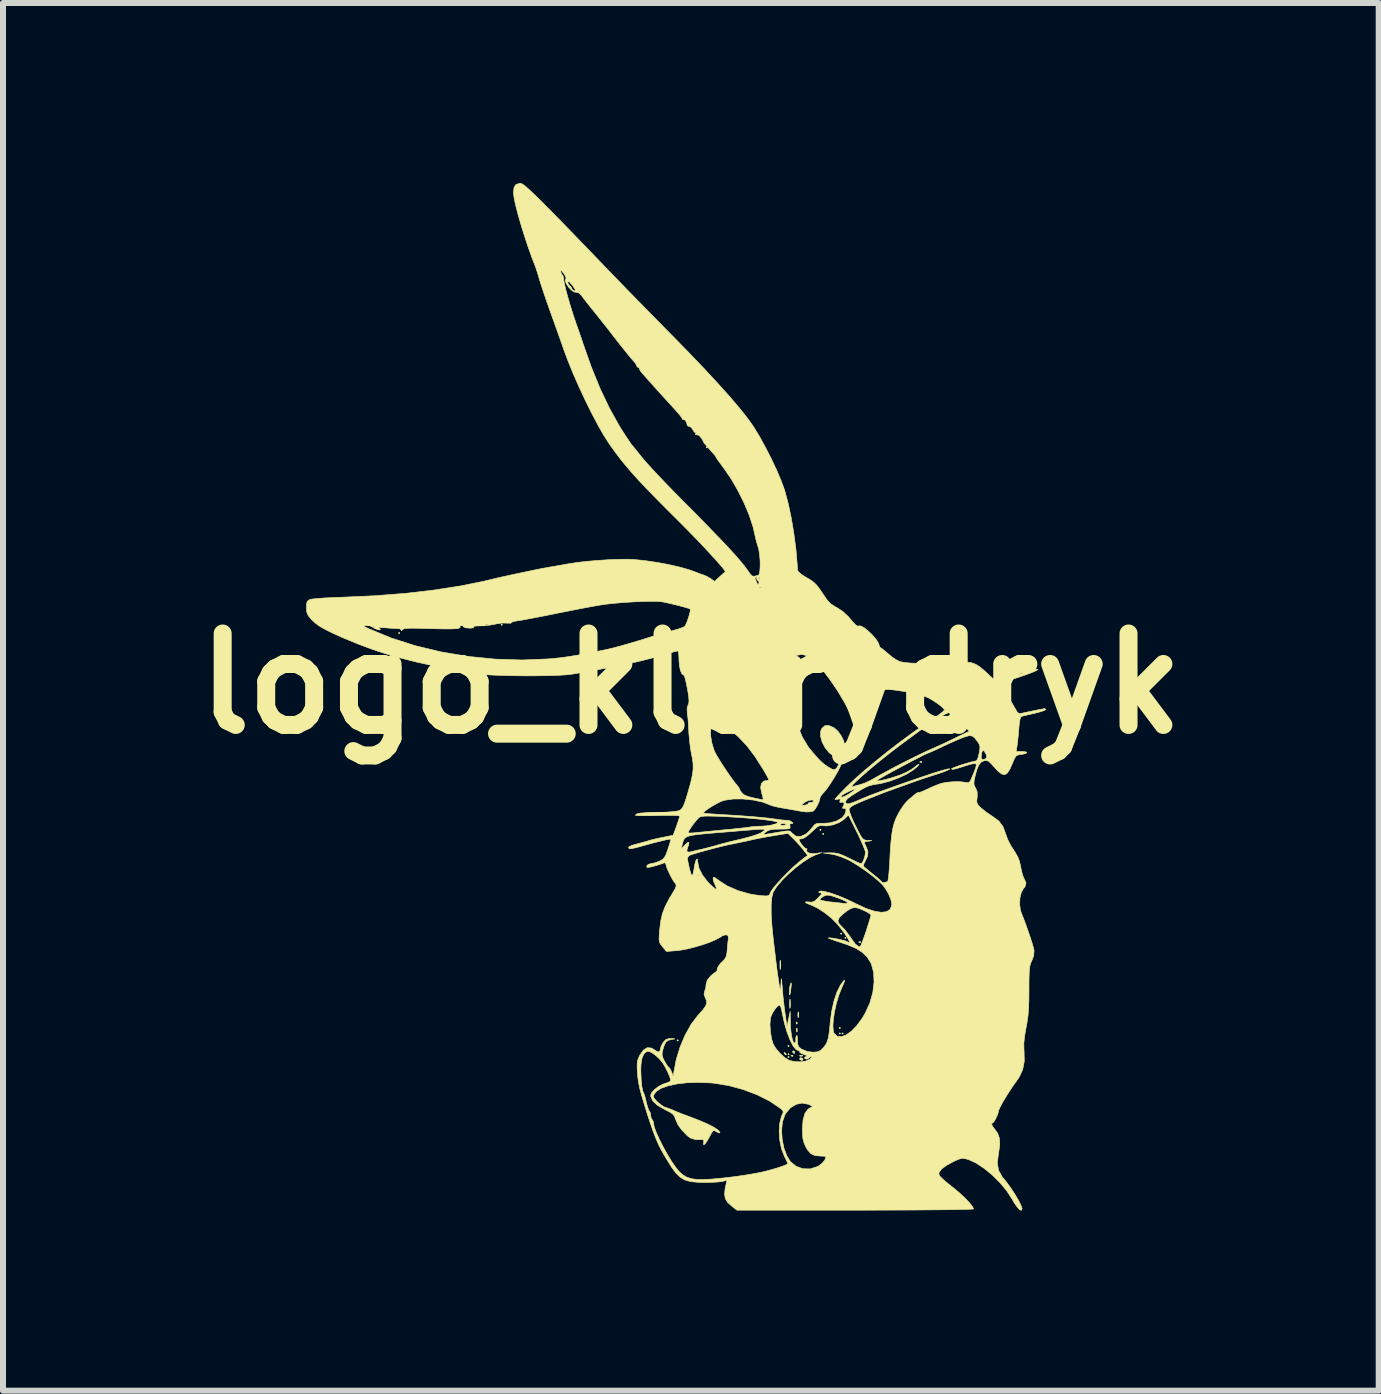
<source format=kicad_pcb>
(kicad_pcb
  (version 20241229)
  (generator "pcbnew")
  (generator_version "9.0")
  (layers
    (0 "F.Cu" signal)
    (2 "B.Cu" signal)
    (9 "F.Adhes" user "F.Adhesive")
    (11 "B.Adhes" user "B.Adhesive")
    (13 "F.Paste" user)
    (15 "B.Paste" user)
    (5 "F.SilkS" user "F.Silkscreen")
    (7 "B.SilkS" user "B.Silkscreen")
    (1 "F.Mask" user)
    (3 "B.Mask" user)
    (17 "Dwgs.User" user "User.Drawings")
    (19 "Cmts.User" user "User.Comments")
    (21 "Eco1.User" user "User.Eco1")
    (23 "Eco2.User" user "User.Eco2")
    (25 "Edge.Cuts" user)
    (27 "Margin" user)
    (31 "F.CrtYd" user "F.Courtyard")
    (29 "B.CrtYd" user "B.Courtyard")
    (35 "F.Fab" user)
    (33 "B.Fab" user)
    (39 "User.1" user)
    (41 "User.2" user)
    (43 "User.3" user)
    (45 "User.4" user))
  (footprint "logo_klorydryk"
    (layer "F.Cu")
    (at 8.462 8.341)
    (property "Reference" "logo_klorydryk" (at 0 0 0) (layer "F.SilkS") (effects (font (size 1.524 1.524) (thickness 0.3))))
    (attr through_hole)
    (fp_poly (pts (xy -4.849 -0.843) (xy -4.861 -0.831) (xy -4.872 -0.843) (xy -4.861 -0.854) (xy -4.849 -0.843)) (stroke (width 0.01) (type solid)) (fill yes) (layer "F.SilkS"))
    (fp_poly (pts (xy -3.14 -0.981) (xy -3.152 -0.97) (xy -3.163 -0.981) (xy -3.152 -0.993) (xy -3.14 -0.981)) (stroke (width 0.01) (type solid)) (fill yes) (layer "F.SilkS"))
    (fp_poly (pts (xy -0.208 5.946) (xy -0.219 5.957) (xy -0.231 5.946) (xy -0.219 5.934) (xy -0.208 5.946)) (stroke (width 0.01) (type solid)) (fill yes) (layer "F.SilkS"))
    (fp_poly (pts (xy 0.277 -3.937) (xy 0.266 -3.925) (xy 0.254 -3.937) (xy 0.266 -3.949) (xy 0.277 -3.937)) (stroke (width 0.01) (type solid)) (fill yes) (layer "F.SilkS"))
    (fp_poly (pts (xy 1.639 6.038) (xy 1.628 6.05) (xy 1.616 6.038) (xy 1.628 6.027) (xy 1.639 6.038)) (stroke (width 0.01) (type solid)) (fill yes) (layer "F.SilkS"))
    (fp_poly (pts (xy 1.639 6.177) (xy 1.628 6.188) (xy 1.616 6.177) (xy 1.628 6.165) (xy 1.639 6.177)) (stroke (width 0.01) (type solid)) (fill yes) (layer "F.SilkS"))
    (fp_poly (pts (xy 1.639 6.223) (xy 1.628 6.235) (xy 1.616 6.223) (xy 1.628 6.211) (xy 1.639 6.223)) (stroke (width 0.01) (type solid)) (fill yes) (layer "F.SilkS"))
    (fp_poly (pts (xy 2.171 2.436) (xy 2.159 2.448) (xy 2.147 2.436) (xy 2.159 2.425) (xy 2.171 2.436)) (stroke (width 0.01) (type solid)) (fill yes) (layer "F.SilkS"))
    (fp_poly (pts (xy 2.217 2.505) (xy 2.205 2.517) (xy 2.194 2.505) (xy 2.205 2.494) (xy 2.217 2.505)) (stroke (width 0.01) (type solid)) (fill yes) (layer "F.SilkS"))
    (fp_poly (pts (xy 2.494 5.738) (xy 2.482 5.75) (xy 2.471 5.738) (xy 2.482 5.727) (xy 2.494 5.738)) (stroke (width 0.01) (type solid)) (fill yes) (layer "F.SilkS"))
    (fp_poly (pts (xy 2.494 5.83) (xy 2.482 5.842) (xy 2.471 5.83) (xy 2.482 5.819) (xy 2.494 5.83)) (stroke (width 0.01) (type solid)) (fill yes) (layer "F.SilkS"))
    (fp_poly (pts (xy 2.517 4.168) (xy 2.505 4.179) (xy 2.494 4.168) (xy 2.505 4.156) (xy 2.517 4.168)) (stroke (width 0.01) (type solid)) (fill yes) (layer "F.SilkS"))
    (fp_poly (pts (xy 2.54 5.83) (xy 2.528 5.842) (xy 2.517 5.83) (xy 2.528 5.819) (xy 2.54 5.83)) (stroke (width 0.01) (type solid)) (fill yes) (layer "F.SilkS"))
    (fp_poly (pts (xy 2.586 4.237) (xy 2.575 4.249) (xy 2.563 4.237) (xy 2.575 4.226) (xy 2.586 4.237)) (stroke (width 0.01) (type solid)) (fill yes) (layer "F.SilkS"))
    (fp_poly (pts (xy 1.701 6.196) (xy 1.698 6.21) (xy 1.686 6.211) (xy 1.667 6.203) (xy 1.67 6.196) (xy 1.698 6.193) (xy 1.701 6.196)) (stroke (width 0.01) (type solid)) (fill yes) (layer "F.SilkS"))
    (fp_poly (pts (xy 1.77 5.744) (xy 1.773 5.791) (xy 1.77 5.802) (xy 1.762 5.804) (xy 1.759 5.773) (xy 1.762 5.74) (xy 1.77 5.744)) (stroke (width 0.01) (type solid)) (fill yes) (layer "F.SilkS"))
    (fp_poly (pts (xy 1.77 5.642) (xy 1.773 5.669) (xy 1.77 5.673) (xy 1.757 5.669) (xy 1.755 5.657) (xy 1.763 5.638) (xy 1.77 5.642)) (stroke (width 0.01) (type solid)) (fill yes) (layer "F.SilkS"))
    (fp_poly (pts (xy 1.864 6.198) (xy 1.857 6.208) (xy 1.834 6.21) (xy 1.809 6.204) (xy 1.82 6.196) (xy 1.856 6.193) (xy 1.864 6.198)) (stroke (width 0.01) (type solid)) (fill yes) (layer "F.SilkS"))
    (fp_poly (pts (xy 2.832 4.303) (xy 2.829 4.316) (xy 2.817 4.318) (xy 2.798 4.31) (xy 2.802 4.303) (xy 2.829 4.3) (xy 2.832 4.303)) (stroke (width 0.01) (type solid)) (fill yes) (layer "F.SilkS"))
    (fp_poly (pts (xy 3.848 1.301) (xy 3.845 1.315) (xy 3.833 1.316) (xy 3.814 1.308) (xy 3.818 1.301) (xy 3.845 1.298) (xy 3.848 1.301)) (stroke (width 0.01) (type solid)) (fill yes) (layer "F.SilkS"))
    (fp_poly (pts (xy 1.567 6.152) (xy 1.591 6.175) (xy 1.586 6.188) (xy 1.583 6.188) (xy 1.564 6.172) (xy 1.556 6.162) (xy 1.554 6.146) (xy 1.567 6.152)) (stroke (width 0.01) (type solid)) (fill yes) (layer "F.SilkS"))
    (fp_poly (pts (xy 1.494 4.624) (xy 1.498 4.699) (xy 1.494 4.751) (xy 1.489 4.765) (xy 1.486 4.739) (xy 1.485 4.687) (xy 1.486 4.63) (xy 1.49 4.609) (xy 1.494 4.624)) (stroke (width 0.01) (type solid)) (fill yes) (layer "F.SilkS"))
    (fp_poly (pts (xy 1.656 5.271) (xy 1.66 5.345) (xy 1.656 5.397) (xy 1.651 5.412) (xy 1.647 5.386) (xy 1.646 5.334) (xy 1.648 5.277) (xy 1.652 5.256) (xy 1.656 5.271)) (stroke (width 0.01) (type solid)) (fill yes) (layer "F.SilkS"))
    (fp_poly (pts (xy 1.731 6.136) (xy 1.732 6.142) (xy 1.724 6.165) (xy 1.722 6.165) (xy 1.702 6.149) (xy 1.697 6.142) (xy 1.699 6.121) (xy 1.707 6.119) (xy 1.731 6.136)) (stroke (width 0.01) (type solid)) (fill yes) (layer "F.SilkS"))
    (fp_poly (pts (xy 1.794 5.478) (xy 1.798 5.537) (xy 1.794 5.559) (xy 1.787 5.566) (xy 1.784 5.534) (xy 1.783 5.519) (xy 1.786 5.477) (xy 1.792 5.472) (xy 1.794 5.478)) (stroke (width 0.01) (type solid)) (fill yes) (layer "F.SilkS"))
    (fp_poly (pts (xy 1.866 6.247) (xy 1.87 6.258) (xy 1.854 6.28) (xy 1.849 6.281) (xy 1.817 6.264) (xy 1.813 6.258) (xy 1.818 6.238) (xy 1.834 6.235) (xy 1.866 6.247)) (stroke (width 0.01) (type solid)) (fill yes) (layer "F.SilkS"))
    (fp_poly (pts (xy 1.674 5.021) (xy 1.669 5.068) (xy 1.659 5.147) (xy 1.649 5.187) (xy 1.643 5.187) (xy 1.641 5.144) (xy 1.641 5.124) (xy 1.648 5.055) (xy 1.663 4.999) (xy 1.663 4.999) (xy 1.673 4.988) (xy 1.674 5.021)) (stroke (width 0.01) (type solid)) (fill yes) (layer "F.SilkS"))
    (fp_poly (pts (xy -2.823 -8.332) (xy -2.799 -8.319) (xy -2.766 -8.294) (xy -2.722 -8.257) (xy -2.666 -8.206) (xy -2.594 -8.137) (xy -2.505 -8.05) (xy -2.398 -7.943) (xy -2.271 -7.814) (xy -2.121 -7.66) (xy -1.947 -7.481) (xy -1.747 -7.274) (xy -1.519 -7.037) (xy -1.261 -6.769) (xy -1.235 -6.743) (xy -1.155 -6.66) (xy -1.048 -6.55) (xy -0.92 -6.419) (xy -0.776 -6.272) (xy -0.622 -6.115) (xy -0.464 -5.954) (xy -0.306 -5.794) (xy -0.297 -5.785) (xy -0.018 -5.499) (xy 0.234 -5.235) (xy 0.456 -4.995) (xy 0.649 -4.78) (xy 0.811 -4.59) (xy 0.94 -4.428) (xy 1.035 -4.295) (xy 1.043 -4.283) (xy 1.141 -4.123) (xy 1.241 -3.941) (xy 1.339 -3.75) (xy 1.428 -3.561) (xy 1.503 -3.385) (xy 1.559 -3.233) (xy 1.566 -3.21) (xy 1.623 -2.998) (xy 1.674 -2.756) (xy 1.717 -2.497) (xy 1.751 -2.237) (xy 1.772 -1.99) (xy 1.777 -1.89) (xy 1.797 -1.859) (xy 1.848 -1.816) (xy 1.908 -1.778) (xy 1.99 -1.73) (xy 2.049 -1.687) (xy 2.099 -1.638) (xy 2.149 -1.572) (xy 2.212 -1.478) (xy 2.274 -1.389) (xy 2.333 -1.328) (xy 2.4 -1.284) (xy 2.427 -1.27) (xy 2.531 -1.203) (xy 2.628 -1.112) (xy 2.64 -1.097) (xy 2.704 -1.022) (xy 2.746 -0.978) (xy 2.774 -0.959) (xy 2.794 -0.959) (xy 2.8 -0.962) (xy 2.836 -0.959) (xy 2.891 -0.928) (xy 2.955 -0.876) (xy 3.021 -0.813) (xy 3.08 -0.746) (xy 3.122 -0.683) (xy 3.14 -0.634) (xy 3.14 -0.632) (xy 3.151 -0.603) (xy 3.158 -0.6) (xy 3.182 -0.585) (xy 3.23 -0.547) (xy 3.287 -0.497) (xy 3.36 -0.438) (xy 3.435 -0.389) (xy 3.483 -0.366) (xy 3.56 -0.351) (xy 3.678 -0.341) (xy 3.832 -0.337) (xy 4.019 -0.339) (xy 4.232 -0.347) (xy 4.336 -0.352) (xy 4.481 -0.359) (xy 4.59 -0.359) (xy 4.675 -0.348) (xy 4.746 -0.322) (xy 4.814 -0.28) (xy 4.889 -0.217) (xy 4.948 -0.163) (xy 5.101 -0.019) (xy 5.247 -0.077) (xy 5.35 -0.115) (xy 5.463 -0.153) (xy 5.53 -0.174) (xy 5.613 -0.198) (xy 5.684 -0.22) (xy 5.72 -0.233) (xy 5.763 -0.241) (xy 5.782 -0.234) (xy 5.766 -0.221) (xy 5.713 -0.197) (xy 5.632 -0.165) (xy 5.529 -0.128) (xy 5.5 -0.119) (xy 5.389 -0.081) (xy 5.292 -0.047) (xy 5.219 -0.02) (xy 5.179 -0.004) (xy 5.176 -0.002) (xy 5.166 0.017) (xy 5.177 0.053) (xy 5.214 0.114) (xy 5.248 0.164) (xy 5.306 0.252) (xy 5.361 0.34) (xy 5.4 0.409) (xy 5.401 0.41) (xy 5.436 0.471) (xy 5.466 0.497) (xy 5.502 0.497) (xy 5.502 0.497) (xy 5.555 0.485) (xy 5.631 0.469) (xy 5.715 0.452) (xy 5.796 0.435) (xy 5.862 0.423) (xy 5.898 0.416) (xy 5.901 0.416) (xy 5.911 0.433) (xy 5.911 0.435) (xy 5.89 0.448) (xy 5.835 0.467) (xy 5.756 0.488) (xy 5.732 0.494) (xy 5.643 0.515) (xy 5.568 0.532) (xy 5.521 0.544) (xy 5.516 0.545) (xy 5.497 0.561) (xy 5.483 0.601) (xy 5.472 0.673) (xy 5.465 0.757) (xy 5.456 0.861) (xy 5.446 0.958) (xy 5.437 1.032) (xy 5.435 1.045) (xy 5.42 1.131) (xy 5.52 1.131) (xy 5.581 1.137) (xy 5.599 1.15) (xy 5.578 1.166) (xy 5.52 1.179) (xy 5.496 1.182) (xy 5.448 1.19) (xy 5.416 1.211) (xy 5.389 1.257) (xy 5.366 1.313) (xy 5.318 1.422) (xy 5.276 1.49) (xy 5.231 1.519) (xy 5.18 1.507) (xy 5.116 1.457) (xy 5.034 1.368) (xy 5.005 1.335) (xy 4.959 1.291) (xy 4.91 1.282) (xy 4.889 1.285) (xy 4.839 1.307) (xy 4.8 1.354) (xy 4.766 1.433) (xy 4.735 1.549) (xy 4.719 1.627) (xy 4.717 1.676) (xy 4.73 1.715) (xy 4.745 1.74) (xy 4.771 1.801) (xy 4.773 1.876) (xy 4.77 1.901) (xy 4.764 1.963) (xy 4.773 2.004) (xy 4.805 2.044) (xy 4.845 2.08) (xy 4.922 2.142) (xy 5.007 2.2) (xy 5.033 2.217) (xy 5.133 2.291) (xy 5.201 2.382) (xy 5.246 2.503) (xy 5.248 2.509) (xy 5.28 2.598) (xy 5.327 2.691) (xy 5.346 2.722) (xy 5.407 2.816) (xy 5.448 2.888) (xy 5.474 2.956) (xy 5.493 3.033) (xy 5.501 3.077) (xy 5.519 3.159) (xy 5.541 3.226) (xy 5.557 3.258) (xy 5.586 3.32) (xy 5.569 3.384) (xy 5.543 3.416) (xy 5.506 3.48) (xy 5.484 3.571) (xy 5.479 3.674) (xy 5.491 3.773) (xy 5.507 3.822) (xy 5.54 3.904) (xy 5.579 4.008) (xy 5.619 4.122) (xy 5.658 4.236) (xy 5.69 4.337) (xy 5.712 4.414) (xy 5.719 4.447) (xy 5.713 4.536) (xy 5.683 4.614) (xy 5.665 4.653) (xy 5.652 4.695) (xy 5.643 4.748) (xy 5.638 4.82) (xy 5.635 4.919) (xy 5.634 5.054) (xy 5.634 5.104) (xy 5.633 5.279) (xy 5.627 5.419) (xy 5.618 5.538) (xy 5.602 5.649) (xy 5.586 5.734) (xy 5.56 5.878) (xy 5.549 5.996) (xy 5.551 6.105) (xy 5.553 6.132) (xy 5.556 6.295) (xy 5.529 6.434) (xy 5.47 6.56) (xy 5.43 6.618) (xy 5.372 6.699) (xy 5.31 6.792) (xy 5.249 6.889) (xy 5.195 6.98) (xy 5.153 7.057) (xy 5.13 7.109) (xy 5.126 7.124) (xy 5.117 7.167) (xy 5.094 7.223) (xy 5.065 7.278) (xy 5.04 7.314) (xy 5.03 7.32) (xy 5.011 7.334) (xy 5.023 7.371) (xy 5.059 7.419) (xy 5.113 7.493) (xy 5.142 7.577) (xy 5.147 7.682) (xy 5.129 7.817) (xy 5.123 7.85) (xy 5.107 7.993) (xy 5.128 8.113) (xy 5.186 8.217) (xy 5.204 8.239) (xy 5.27 8.32) (xy 5.338 8.415) (xy 5.403 8.515) (xy 5.459 8.609) (xy 5.499 8.689) (xy 5.518 8.744) (xy 5.519 8.752) (xy 5.509 8.778) (xy 5.481 8.768) (xy 5.441 8.726) (xy 5.392 8.657) (xy 5.353 8.59) (xy 5.265 8.454) (xy 5.152 8.318) (xy 5.023 8.189) (xy 4.886 8.077) (xy 4.751 7.988) (xy 4.628 7.932) (xy 4.62 7.93) (xy 4.561 7.914) (xy 4.515 7.912) (xy 4.465 7.925) (xy 4.395 7.956) (xy 4.376 7.965) (xy 4.26 8.028) (xy 4.179 8.088) (xy 4.138 8.143) (xy 4.133 8.164) (xy 4.138 8.187) (xy 4.157 8.216) (xy 4.195 8.254) (xy 4.258 8.308) (xy 4.35 8.383) (xy 4.395 8.418) (xy 4.483 8.493) (xy 4.567 8.571) (xy 4.637 8.645) (xy 4.687 8.707) (xy 4.71 8.749) (xy 4.711 8.754) (xy 4.688 8.757) (xy 4.622 8.76) (xy 4.514 8.763) (xy 4.368 8.766) (xy 4.186 8.768) (xy 3.971 8.77) (xy 3.725 8.772) (xy 3.45 8.773) (xy 3.15 8.774) (xy 2.826 8.775) (xy 2.74 8.775) (xy 0.769 8.775) (xy 0.686 8.711) (xy 0.616 8.648) (xy 0.575 8.584) (xy 0.562 8.507) (xy 0.572 8.407) (xy 0.591 8.324) (xy 0.599 8.282) (xy 0.586 8.274) (xy 0.559 8.287) (xy 0.516 8.298) (xy 0.439 8.306) (xy 0.338 8.311) (xy 0.255 8.313) (xy 0.109 8.31) (xy -0.005 8.298) (xy -0.098 8.272) (xy -0.176 8.227) (xy -0.248 8.157) (xy -0.322 8.057) (xy -0.405 7.923) (xy -0.432 7.878) (xy -0.488 7.78) (xy -0.536 7.686) (xy -0.58 7.586) (xy -0.625 7.47) (xy -0.674 7.329) (xy -0.726 7.17) (xy -0.78 6.997) (xy -0.821 6.859) (xy -0.851 6.747) (xy -0.87 6.653) (xy -0.883 6.567) (xy -0.889 6.5) (xy -0.892 6.446) (xy -0.834 6.446) (xy -0.828 6.596) (xy -0.817 6.714) (xy -0.799 6.795) (xy -0.786 6.823) (xy -0.772 6.857) (xy -0.755 6.921) (xy -0.741 6.979) (xy -0.722 7.052) (xy -0.703 7.106) (xy -0.691 7.125) (xy -0.674 7.156) (xy -0.67 7.193) (xy -0.661 7.241) (xy -0.647 7.262) (xy -0.628 7.294) (xy -0.623 7.324) (xy -0.611 7.386) (xy -0.578 7.477) (xy -0.528 7.587) (xy -0.467 7.709) (xy -0.399 7.833) (xy -0.329 7.949) (xy -0.261 8.049) (xy -0.202 8.124) (xy -0.192 8.134) (xy -0.135 8.185) (xy -0.073 8.223) (xy -0.00003 8.248) (xy 0.09 8.262) (xy 0.205 8.264) (xy 0.35 8.257) (xy 0.531 8.24) (xy 0.612 8.231) (xy 0.754 8.213) (xy 0.904 8.191) (xy 1.042 8.168) (xy 1.153 8.147) (xy 1.155 8.147) (xy 1.265 8.121) (xy 1.374 8.091) (xy 1.473 8.061) (xy 1.552 8.033) (xy 1.603 8.011) (xy 1.616 7.999) (xy 1.607 7.974) (xy 1.582 7.922) (xy 1.56 7.879) (xy 1.512 7.756) (xy 1.482 7.613) (xy 1.472 7.466) (xy 1.473 7.446) (xy 1.512 7.446) (xy 1.522 7.597) (xy 1.552 7.745) (xy 1.602 7.876) (xy 1.659 7.966) (xy 1.753 8.043) (xy 1.866 8.084) (xy 1.988 8.087) (xy 2.109 8.049) (xy 2.138 8.033) (xy 2.194 7.987) (xy 2.234 7.935) (xy 2.235 7.932) (xy 2.25 7.895) (xy 2.24 7.878) (xy 2.197 7.874) (xy 2.172 7.874) (xy 2.07 7.865) (xy 1.998 7.832) (xy 1.942 7.767) (xy 1.916 7.721) (xy 1.885 7.65) (xy 1.867 7.58) (xy 1.86 7.492) (xy 1.859 7.424) (xy 1.87 7.271) (xy 1.902 7.16) (xy 1.955 7.089) (xy 1.993 7.067) (xy 2.022 7.053) (xy 2.018 7.04) (xy 1.978 7.019) (xy 1.96 7.011) (xy 1.857 6.99) (xy 1.754 7.011) (xy 1.659 7.069) (xy 1.581 7.161) (xy 1.565 7.191) (xy 1.526 7.306) (xy 1.512 7.446) (xy 1.473 7.446) (xy 1.481 7.327) (xy 1.51 7.211) (xy 1.525 7.18) (xy 1.54 7.14) (xy 1.527 7.108) (xy 1.492 7.078) (xy 1.315 6.958) (xy 1.104 6.852) (xy 0.871 6.764) (xy 0.628 6.698) (xy 0.387 6.659) (xy 0.332 6.654) (xy 0.13 6.646) (xy -0.059 6.651) (xy -0.228 6.67) (xy -0.373 6.701) (xy -0.49 6.742) (xy -0.572 6.792) (xy -0.617 6.851) (xy -0.623 6.885) (xy -0.606 6.919) (xy -0.563 6.965) (xy -0.507 7.012) (xy -0.453 7.05) (xy -0.413 7.066) (xy -0.412 7.066) (xy -0.381 7.075) (xy -0.324 7.097) (xy -0.294 7.11) (xy -0.221 7.141) (xy -0.125 7.179) (xy -0.035 7.212) (xy 0.128 7.274) (xy 0.266 7.333) (xy 0.374 7.388) (xy 0.448 7.435) (xy 0.483 7.474) (xy 0.485 7.484) (xy 0.469 7.488) (xy 0.43 7.469) (xy 0.428 7.469) (xy 0.396 7.45) (xy 0.372 7.451) (xy 0.349 7.479) (xy 0.316 7.542) (xy 0.313 7.547) (xy 0.273 7.619) (xy 0.239 7.667) (xy 0.217 7.686) (xy 0.209 7.672) (xy 0.214 7.646) (xy 0.216 7.607) (xy 0.189 7.598) (xy 0.189 7.598) (xy 0.077 7.599) (xy -0.007 7.573) (xy -0.061 7.533) (xy -0.153 7.436) (xy -0.214 7.352) (xy -0.251 7.27) (xy -0.255 7.258) (xy -0.273 7.21) (xy -0.302 7.173) (xy -0.351 7.14) (xy -0.431 7.099) (xy -0.44 7.094) (xy -0.558 7.026) (xy -0.634 6.954) (xy -0.668 6.88) (xy -0.67 6.861) (xy -0.651 6.815) (xy -0.602 6.762) (xy -0.536 6.712) (xy -0.466 6.676) (xy -0.458 6.673) (xy -0.393 6.651) (xy -0.349 6.632) (xy -0.34 6.627) (xy -0.338 6.598) (xy -0.356 6.54) (xy -0.39 6.463) (xy -0.434 6.378) (xy -0.466 6.325) (xy -0.516 6.261) (xy -0.58 6.201) (xy -0.645 6.153) (xy -0.7 6.128) (xy -0.727 6.127) (xy -0.78 6.167) (xy -0.814 6.24) (xy -0.831 6.35) (xy -0.834 6.446) (xy -0.892 6.446) (xy -0.895 6.397) (xy -0.894 6.326) (xy -0.885 6.273) (xy -0.865 6.223) (xy -0.849 6.19) (xy -0.789 6.106) (xy -0.725 6.067) (xy -0.656 6.073) (xy -0.614 6.098) (xy -0.555 6.136) (xy -0.52 6.135) (xy -0.508 6.095) (xy -0.508 6.094) (xy -0.495 6.042) (xy -0.463 5.983) (xy -0.46 5.978) (xy -0.416 5.931) (xy -0.364 5.915) (xy -0.327 5.915) (xy -0.276 5.917) (xy -0.268 5.921) (xy -0.302 5.927) (xy -0.312 5.928) (xy -0.376 5.944) (xy -0.417 5.975) (xy -0.446 6.033) (xy -0.463 6.088) (xy -0.479 6.156) (xy -0.477 6.205) (xy -0.456 6.26) (xy -0.437 6.295) (xy -0.403 6.353) (xy -0.375 6.39) (xy -0.366 6.396) (xy -0.349 6.415) (xy -0.325 6.462) (xy -0.321 6.471) (xy -0.292 6.546) (xy -0.284 6.477) (xy -0.244 6.267) (xy -0.179 6.055) (xy -0.094 5.854) (xy 0.004 5.68) (xy 1.318 5.68) (xy 1.326 5.801) (xy 1.345 5.919) (xy 1.371 6.005) (xy 1.416 6.079) (xy 1.484 6.159) (xy 1.562 6.23) (xy 1.633 6.275) (xy 1.639 6.278) (xy 1.727 6.299) (xy 1.824 6.303) (xy 1.915 6.29) (xy 1.98 6.262) (xy 1.986 6.258) (xy 2.015 6.226) (xy 2.015 6.212) (xy 2.014 6.211) (xy 1.979 6.228) (xy 1.974 6.235) (xy 1.941 6.256) (xy 1.927 6.258) (xy 1.897 6.246) (xy 1.899 6.224) (xy 1.932 6.21) (xy 1.934 6.21) (xy 1.94 6.203) (xy 1.909 6.189) (xy 1.886 6.181) (xy 1.835 6.16) (xy 1.813 6.141) (xy 1.814 6.136) (xy 1.813 6.121) (xy 1.799 6.119) (xy 1.752 6.097) (xy 1.702 6.035) (xy 1.652 5.937) (xy 1.604 5.811) (xy 1.56 5.661) (xy 1.523 5.492) (xy 1.514 5.444) (xy 1.499 5.388) (xy 1.483 5.359) (xy 1.479 5.357) (xy 1.445 5.376) (xy 1.403 5.424) (xy 1.362 5.488) (xy 1.333 5.553) (xy 1.326 5.58) (xy 1.318 5.68) (xy 0.004 5.68) (xy 0.007 5.674) (xy 0.118 5.528) (xy 0.126 5.52) (xy 0.201 5.437) (xy 0.245 5.375) (xy 0.264 5.326) (xy 0.259 5.28) (xy 0.242 5.24) (xy 0.22 5.177) (xy 0.23 5.127) (xy 0.248 5.071) (xy 0.254 5.013) (xy 0.272 4.944) (xy 0.329 4.874) (xy 0.329 4.873) (xy 0.378 4.831) (xy 0.414 4.806) (xy 0.421 4.803) (xy 0.436 4.784) (xy 0.439 4.757) (xy 0.455 4.715) (xy 0.496 4.661) (xy 0.518 4.64) (xy 0.563 4.593) (xy 0.589 4.547) (xy 0.602 4.484) (xy 0.607 4.426) (xy 0.614 4.342) (xy 0.622 4.272) (xy 0.626 4.238) (xy 0.619 4.198) (xy 0.584 4.185) (xy 0.529 4.201) (xy 0.49 4.226) (xy 0.418 4.266) (xy 0.313 4.311) (xy 0.187 4.355) (xy 0.052 4.394) (xy -0.079 4.426) (xy -0.195 4.446) (xy -0.232 4.45) (xy -0.407 4.463) (xy -0.472 4.385) (xy -0.503 4.345) (xy -0.522 4.31) (xy -0.529 4.265) (xy -0.527 4.199) (xy -0.521 4.116) (xy -0.503 3.964) (xy -0.474 3.835) (xy -0.474 3.834) (xy 1.339 3.834) (xy 1.349 4.009) (xy 1.36 4.133) (xy 1.381 4.321) (xy 1.403 4.502) (xy 1.423 4.67) (xy 1.442 4.817) (xy 1.459 4.936) (xy 1.472 5.02) (xy 1.476 5.045) (xy 1.487 5.094) (xy 1.493 5.109) (xy 1.497 5.085) (xy 1.501 5.019) (xy 1.502 4.999) (xy 1.505 4.941) (xy 1.508 4.919) (xy 1.512 4.934) (xy 1.517 4.99) (xy 1.525 5.083) (xy 1.536 5.213) (xy 1.552 5.356) (xy 1.568 5.486) (xy 1.572 5.51) (xy 1.602 5.715) (xy 1.656 5.461) (xy 1.658 5.638) (xy 1.663 5.752) (xy 1.675 5.852) (xy 1.692 5.931) (xy 1.712 5.98) (xy 1.733 5.991) (xy 1.734 5.99) (xy 1.75 5.959) (xy 1.748 5.949) (xy 1.748 5.908) (xy 1.756 5.877) (xy 1.768 5.861) (xy 1.774 5.887) (xy 1.776 5.94) (xy 1.781 6.011) (xy 1.798 6.053) (xy 1.837 6.086) (xy 1.853 6.096) (xy 1.945 6.132) (xy 2.035 6.142) (xy 2.109 6.137) (xy 2.159 6.115) (xy 2.21 6.066) (xy 2.212 6.063) (xy 2.247 6.017) (xy 2.273 5.966) (xy 2.292 5.901) (xy 2.306 5.811) (xy 2.319 5.687) (xy 2.322 5.646) (xy 2.346 5.466) (xy 2.383 5.296) (xy 2.433 5.146) (xy 2.492 5.026) (xy 2.541 4.959) (xy 2.56 4.942) (xy 2.562 4.955) (xy 2.544 5.002) (xy 2.508 5.085) (xy 2.462 5.202) (xy 2.424 5.332) (xy 2.394 5.466) (xy 2.375 5.593) (xy 2.367 5.704) (xy 2.374 5.79) (xy 2.388 5.832) (xy 2.441 5.877) (xy 2.509 5.884) (xy 2.589 5.855) (xy 2.676 5.792) (xy 2.766 5.699) (xy 2.855 5.578) (xy 2.906 5.491) (xy 2.983 5.323) (xy 3.032 5.147) (xy 3.053 4.974) (xy 3.046 4.813) (xy 3.008 4.674) (xy 2.998 4.652) (xy 2.938 4.557) (xy 2.859 4.479) (xy 2.753 4.413) (xy 2.613 4.353) (xy 2.518 4.321) (xy 2.423 4.29) (xy 2.348 4.264) (xy 2.301 4.245) (xy 2.289 4.239) (xy 2.318 4.237) (xy 2.376 4.244) (xy 2.45 4.257) (xy 2.524 4.274) (xy 2.583 4.29) (xy 2.613 4.304) (xy 2.614 4.305) (xy 2.637 4.318) (xy 2.643 4.315) (xy 2.638 4.29) (xy 2.61 4.237) (xy 2.564 4.167) (xy 2.505 4.087) (xy 2.44 4.007) (xy 2.424 3.989) (xy 2.387 3.952) (xy 2.45 3.952) (xy 2.468 3.999) (xy 2.488 4.02) (xy 2.575 4.112) (xy 2.664 4.232) (xy 2.688 4.269) (xy 2.741 4.34) (xy 2.788 4.377) (xy 2.82 4.385) (xy 2.832 4.366) (xy 2.855 4.31) (xy 2.885 4.228) (xy 2.918 4.134) (xy 2.951 4.031) (xy 2.978 3.944) (xy 2.996 3.883) (xy 3.002 3.856) (xy 2.982 3.835) (xy 2.931 3.804) (xy 2.869 3.774) (xy 2.789 3.742) (xy 2.728 3.732) (xy 2.671 3.746) (xy 2.604 3.786) (xy 2.538 3.837) (xy 2.473 3.9) (xy 2.45 3.952) (xy 2.387 3.952) (xy 2.337 3.903) (xy 2.231 3.819) (xy 2.12 3.746) (xy 2.021 3.697) (xy 2.003 3.69) (xy 1.938 3.665) (xy 1.909 3.646) (xy 1.917 3.636) (xy 1.965 3.639) (xy 2.018 3.642) (xy 2.061 3.626) (xy 2.088 3.602) (xy 2.147 3.602) (xy 2.169 3.611) (xy 2.226 3.623) (xy 2.309 3.636) (xy 2.361 3.642) (xy 2.456 3.652) (xy 2.534 3.661) (xy 2.582 3.666) (xy 2.592 3.668) (xy 2.609 3.655) (xy 2.609 3.652) (xy 2.589 3.632) (xy 2.534 3.604) (xy 2.454 3.573) (xy 2.36 3.541) (xy 2.333 3.533) (xy 2.264 3.524) (xy 2.206 3.546) (xy 2.203 3.548) (xy 2.163 3.58) (xy 2.147 3.602) (xy 2.088 3.602) (xy 2.112 3.581) (xy 2.123 3.569) (xy 2.168 3.52) (xy 2.181 3.495) (xy 2.166 3.487) (xy 2.159 3.487) (xy 2.131 3.479) (xy 2.138 3.464) (xy 2.175 3.456) (xy 2.244 3.468) (xy 2.34 3.494) (xy 2.453 3.534) (xy 2.576 3.585) (xy 2.701 3.643) (xy 2.758 3.672) (xy 2.917 3.746) (xy 3.056 3.792) (xy 3.172 3.811) (xy 3.261 3.801) (xy 3.32 3.763) (xy 3.347 3.697) (xy 3.348 3.674) (xy 3.332 3.593) (xy 3.291 3.497) (xy 3.232 3.401) (xy 3.195 3.354) (xy 3.124 3.285) (xy 3.024 3.202) (xy 2.908 3.115) (xy 2.786 3.033) (xy 2.672 2.963) (xy 2.611 2.931) (xy 2.513 2.89) (xy 2.41 2.856) (xy 2.332 2.84) (xy 2.205 2.823) (xy 2.33 2.82) (xy 2.402 2.823) (xy 2.469 2.837) (xy 2.547 2.867) (xy 2.635 2.909) (xy 2.719 2.951) (xy 2.787 2.983) (xy 2.83 3) (xy 2.838 3.002) (xy 2.859 2.982) (xy 2.882 2.933) (xy 2.901 2.871) (xy 2.909 2.813) (xy 2.909 2.809) (xy 2.9 2.772) (xy 2.872 2.703) (xy 2.832 2.611) (xy 2.782 2.504) (xy 2.768 2.476) (xy 2.626 2.19) (xy 2.554 2.26) (xy 2.473 2.315) (xy 2.37 2.354) (xy 2.263 2.372) (xy 2.194 2.367) (xy 2.156 2.365) (xy 2.116 2.382) (xy 2.064 2.424) (xy 2.016 2.47) (xy 1.949 2.53) (xy 1.889 2.572) (xy 1.85 2.586) (xy 1.811 2.591) (xy 1.801 2.599) (xy 1.814 2.632) (xy 1.844 2.677) (xy 1.881 2.721) (xy 1.913 2.75) (xy 1.928 2.753) (xy 1.937 2.752) (xy 1.932 2.763) (xy 1.931 2.798) (xy 1.966 2.823) (xy 2.029 2.834) (xy 2.083 2.83) (xy 2.182 2.816) (xy 2.079 2.854) (xy 1.979 2.902) (xy 1.864 2.977) (xy 1.743 3.07) (xy 1.625 3.173) (xy 1.519 3.279) (xy 1.433 3.38) (xy 1.376 3.468) (xy 1.369 3.483) (xy 1.349 3.564) (xy 1.339 3.683) (xy 1.339 3.834) (xy -0.474 3.834) (xy -0.427 3.712) (xy -0.358 3.58) (xy -0.304 3.491) (xy -0.263 3.421) (xy -0.245 3.378) (xy -0.247 3.35) (xy -0.261 3.329) (xy -0.295 3.281) (xy -0.334 3.211) (xy -0.372 3.133) (xy -0.402 3.063) (xy -0.415 3.016) (xy -0.416 3.012) (xy -0.429 2.986) (xy -0.445 2.987) (xy -0.507 3.01) (xy -0.581 3.033) (xy -0.652 3.052) (xy -0.707 3.063) (xy -0.731 3.063) (xy -0.735 3.036) (xy -0.706 3.011) (xy -0.663 3) (xy -0.609 2.99) (xy -0.54 2.966) (xy -0.524 2.96) (xy -0.476 2.934) (xy -0.468 2.926) (xy -0.057 2.926) (xy -0.029 3.058) (xy -0.007 3.145) (xy 0.011 3.191) (xy 0.022 3.199) (xy 0.023 3.198) (xy 0.115 3.198) (xy 0.127 3.21) (xy 0.139 3.198) (xy 0.127 3.187) (xy 0.115 3.198) (xy 0.023 3.198) (xy 0.036 3.171) (xy 0.049 3.114) (xy 0.055 3.077) (xy 0.069 2.999) (xy 0.085 2.946) (xy 0.101 2.922) (xy 0.111 2.934) (xy 0.115 2.976) (xy 0.135 3.076) (xy 0.191 3.187) (xy 0.278 3.301) (xy 0.319 3.344) (xy 0.385 3.404) (xy 0.421 3.429) (xy 0.43 3.419) (xy 0.412 3.373) (xy 0.405 3.357) (xy 0.38 3.297) (xy 0.37 3.248) (xy 0.374 3.227) (xy 0.395 3.23) (xy 0.439 3.261) (xy 0.458 3.276) (xy 0.609 3.373) (xy 0.789 3.451) (xy 0.984 3.506) (xy 1.056 3.519) (xy 1.172 3.534) (xy 1.25 3.539) (xy 1.295 3.533) (xy 1.314 3.517) (xy 1.316 3.505) (xy 1.333 3.466) (xy 1.377 3.404) (xy 1.444 3.325) (xy 1.527 3.235) (xy 1.618 3.142) (xy 1.712 3.052) (xy 1.803 2.973) (xy 1.884 2.91) (xy 1.891 2.904) (xy 1.947 2.865) (xy 1.881 2.778) (xy 1.826 2.71) (xy 1.756 2.633) (xy 1.717 2.593) (xy 1.619 2.496) (xy 1.404 2.53) (xy 1.277 2.552) (xy 1.138 2.578) (xy 1.012 2.604) (xy 0.993 2.609) (xy 0.886 2.633) (xy 0.779 2.655) (xy 0.694 2.672) (xy 0.681 2.675) (xy 0.606 2.69) (xy 0.507 2.714) (xy 0.393 2.742) (xy 0.275 2.774) (xy 0.164 2.804) (xy 0.07 2.832) (xy 0.002 2.853) (xy -0.025 2.864) (xy -0.055 2.9) (xy -0.057 2.926) (xy -0.468 2.926) (xy -0.443 2.902) (xy -0.415 2.851) (xy -0.385 2.768) (xy -0.382 2.759) (xy -0.166 2.759) (xy -0.104 2.694) (xy -0.055 2.65) (xy -0.032 2.644) (xy -0.034 2.676) (xy -0.046 2.711) (xy -0.066 2.775) (xy -0.061 2.804) (xy -0.029 2.808) (xy -0.006 2.804) (xy 0.052 2.79) (xy 0.133 2.771) (xy 0.196 2.757) (xy 0.296 2.732) (xy 0.399 2.704) (xy 0.45 2.689) (xy 0.519 2.67) (xy 0.619 2.644) (xy 0.736 2.615) (xy 0.847 2.589) (xy 0.981 2.554) (xy 1.09 2.52) (xy 1.166 2.489) (xy 1.19 2.474) (xy 1.212 2.457) (xy 1.228 2.444) (xy 1.231 2.434) (xy 1.219 2.429) (xy 1.186 2.427) (xy 1.128 2.429) (xy 1.042 2.435) (xy 0.921 2.445) (xy 0.763 2.458) (xy 0.608 2.471) (xy 0.41 2.487) (xy 0.252 2.501) (xy 0.13 2.513) (xy 0.039 2.525) (xy -0.027 2.539) (xy -0.072 2.555) (xy -0.101 2.577) (xy -0.119 2.604) (xy -0.132 2.639) (xy -0.144 2.684) (xy -0.149 2.702) (xy -0.166 2.759) (xy -0.382 2.759) (xy -0.382 2.759) (xy -0.356 2.68) (xy -0.339 2.621) (xy -0.333 2.592) (xy -0.333 2.591) (xy -0.359 2.593) (xy -0.42 2.605) (xy -0.508 2.626) (xy -0.616 2.653) (xy -0.735 2.685) (xy -0.825 2.71) (xy -0.912 2.734) (xy -0.981 2.749) (xy -1.021 2.754) (xy -1.027 2.752) (xy -1.038 2.732) (xy -1.02 2.713) (xy -0.969 2.692) (xy -0.883 2.668) (xy -0.8 2.646) (xy -0.731 2.627) (xy -0.693 2.615) (xy -0.655 2.604) (xy -0.585 2.587) (xy -0.497 2.568) (xy -0.476 2.564) (xy -0.295 2.527) (xy -0.278 2.483) (xy -0.046 2.483) (xy -0.026 2.49) (xy 0.027 2.489) (xy 0.064 2.486) (xy 0.124 2.479) (xy 0.22 2.47) (xy 0.341 2.458) (xy 0.475 2.445) (xy 0.554 2.437) (xy 0.686 2.425) (xy 0.804 2.412) (xy 0.9 2.402) (xy 0.965 2.393) (xy 0.986 2.39) (xy 1.037 2.383) (xy 1.114 2.378) (xy 1.183 2.376) (xy 1.265 2.37) (xy 1.34 2.358) (xy 1.361 2.353) (xy 1.488 2.353) (xy 1.514 2.363) (xy 1.556 2.36) (xy 1.588 2.349) (xy 1.593 2.341) (xy 1.573 2.334) (xy 1.534 2.332) (xy 1.495 2.339) (xy 1.488 2.353) (xy 1.361 2.353) (xy 1.402 2.343) (xy 1.439 2.326) (xy 1.444 2.31) (xy 1.432 2.303) (xy 1.369 2.289) (xy 1.268 2.274) (xy 1.137 2.258) (xy 0.984 2.244) (xy 0.816 2.231) (xy 0.641 2.221) (xy 0.577 2.217) (xy 0.429 2.211) (xy 0.32 2.208) (xy 0.243 2.208) (xy 0.192 2.212) (xy 0.158 2.22) (xy 0.136 2.232) (xy 0.13 2.237) (xy 0.095 2.275) (xy 0.05 2.331) (xy 0.005 2.393) (xy -0.03 2.447) (xy -0.046 2.481) (xy -0.046 2.483) (xy -0.278 2.483) (xy -0.24 2.378) (xy -0.213 2.3) (xy -0.193 2.239) (xy -0.185 2.208) (xy -0.185 2.208) (xy -0.207 2.201) (xy -0.268 2.197) (xy -0.361 2.196) (xy -0.48 2.197) (xy -0.554 2.199) (xy -0.679 2.202) (xy -0.786 2.202) (xy -0.867 2.201) (xy -0.914 2.197) (xy -0.924 2.193) (xy -0.904 2.173) (xy -0.842 2.158) (xy -0.807 2.156) (xy 0.211 2.156) (xy 0.212 2.159) (xy 0.236 2.162) (xy 0.3 2.168) (xy 0.395 2.175) (xy 0.516 2.183) (xy 0.655 2.191) (xy 0.693 2.193) (xy 0.853 2.204) (xy 1.014 2.216) (xy 1.164 2.229) (xy 1.29 2.242) (xy 1.381 2.254) (xy 1.476 2.267) (xy 1.554 2.276) (xy 1.602 2.278) (xy 1.613 2.277) (xy 1.641 2.281) (xy 1.673 2.3) (xy 1.702 2.324) (xy 1.695 2.332) (xy 1.677 2.332) (xy 1.648 2.343) (xy 1.651 2.378) (xy 1.655 2.402) (xy 1.644 2.415) (xy 1.608 2.422) (xy 1.54 2.424) (xy 1.489 2.425) (xy 1.389 2.427) (xy 1.322 2.437) (xy 1.275 2.456) (xy 1.253 2.471) (xy 1.224 2.494) (xy 1.211 2.508) (xy 1.22 2.513) (xy 1.257 2.51) (xy 1.327 2.499) (xy 1.436 2.48) (xy 1.535 2.464) (xy 1.6 2.456) (xy 1.639 2.456) (xy 1.663 2.466) (xy 1.682 2.486) (xy 1.684 2.489) (xy 1.749 2.542) (xy 1.823 2.549) (xy 1.908 2.512) (xy 1.931 2.496) (xy 1.979 2.451) (xy 2.027 2.393) (xy 2.028 2.392) (xy 2.061 2.352) (xy 2.097 2.332) (xy 2.152 2.328) (xy 2.199 2.329) (xy 2.32 2.321) (xy 2.432 2.288) (xy 2.519 2.236) (xy 2.545 2.209) (xy 2.573 2.162) (xy 2.585 2.116) (xy 2.581 2.085) (xy 2.569 2.081) (xy 2.53 2.079) (xy 2.531 2.055) (xy 2.539 2.045) (xy 2.556 2.004) (xy 2.54 1.977) (xy 2.504 1.978) (xy 2.481 1.978) (xy 2.481 1.975) (xy 2.578 1.975) (xy 2.589 1.995) (xy 2.609 2.004) (xy 2.643 2.001) (xy 2.699 1.982) (xy 2.785 1.948) (xy 2.881 1.906) (xy 2.967 1.871) (xy 3.086 1.826) (xy 3.232 1.772) (xy 3.394 1.714) (xy 3.565 1.654) (xy 3.735 1.595) (xy 3.896 1.541) (xy 4.039 1.493) (xy 4.156 1.457) (xy 4.235 1.434) (xy 4.294 1.421) (xy 4.314 1.421) (xy 4.301 1.433) (xy 4.26 1.452) (xy 4.195 1.477) (xy 4.112 1.505) (xy 4.098 1.509) (xy 3.998 1.541) (xy 3.873 1.582) (xy 3.741 1.628) (xy 3.648 1.661) (xy 3.535 1.702) (xy 3.429 1.74) (xy 3.342 1.772) (xy 3.29 1.79) (xy 3.233 1.811) (xy 3.145 1.845) (xy 3.038 1.888) (xy 2.924 1.933) (xy 2.921 1.934) (xy 2.801 1.984) (xy 2.719 2.022) (xy 2.669 2.053) (xy 2.643 2.078) (xy 2.637 2.095) (xy 2.644 2.134) (xy 2.669 2.204) (xy 2.707 2.293) (xy 2.747 2.376) (xy 2.798 2.477) (xy 2.834 2.544) (xy 2.863 2.583) (xy 2.89 2.603) (xy 2.92 2.611) (xy 2.95 2.613) (xy 3.004 2.616) (xy 3.014 2.618) (xy 2.981 2.624) (xy 2.961 2.626) (xy 2.908 2.634) (xy 2.891 2.647) (xy 2.903 2.681) (xy 2.921 2.716) (xy 2.951 2.799) (xy 2.945 2.874) (xy 2.908 2.953) (xy 2.882 3.006) (xy 2.876 3.043) (xy 2.879 3.048) (xy 2.905 3.07) (xy 2.957 3.113) (xy 3.024 3.167) (xy 3.036 3.177) (xy 3.104 3.232) (xy 3.155 3.278) (xy 3.182 3.305) (xy 3.183 3.308) (xy 3.208 3.319) (xy 3.226 3.315) (xy 3.267 3.303) (xy 3.278 3.302) (xy 3.286 3.28) (xy 3.295 3.221) (xy 3.303 3.132) (xy 3.311 3.022) (xy 3.313 2.985) (xy 3.323 2.789) (xy 3.335 2.632) (xy 3.349 2.507) (xy 3.367 2.405) (xy 3.39 2.319) (xy 3.42 2.242) (xy 3.458 2.166) (xy 3.458 2.165) (xy 3.511 2.077) (xy 3.57 1.996) (xy 3.622 1.94) (xy 3.625 1.938) (xy 3.684 1.889) (xy 3.734 1.847) (xy 3.745 1.838) (xy 3.779 1.816) (xy 3.794 1.816) (xy 3.819 1.812) (xy 3.872 1.791) (xy 3.941 1.759) (xy 4.032 1.717) (xy 4.124 1.68) (xy 4.18 1.661) (xy 4.271 1.644) (xy 4.38 1.635) (xy 4.486 1.635) (xy 4.572 1.645) (xy 4.592 1.65) (xy 4.631 1.652) (xy 4.658 1.621) (xy 4.667 1.601) (xy 4.697 1.531) (xy 4.725 1.463) (xy 4.747 1.403) (xy 4.757 1.357) (xy 4.757 1.355) (xy 4.749 1.338) (xy 4.723 1.333) (xy 4.671 1.342) (xy 4.588 1.366) (xy 4.485 1.399) (xy 4.403 1.423) (xy 4.355 1.431) (xy 4.344 1.422) (xy 4.349 1.416) (xy 4.379 1.401) (xy 4.441 1.378) (xy 4.52 1.351) (xy 4.603 1.326) (xy 4.677 1.305) (xy 4.728 1.294) (xy 4.738 1.293) (xy 4.765 1.279) (xy 4.783 1.239) (xy 4.838 1.239) (xy 4.858 1.268) (xy 4.902 1.257) (xy 4.914 1.25) (xy 4.932 1.227) (xy 4.923 1.186) (xy 4.916 1.17) (xy 4.886 1.12) (xy 4.863 1.115) (xy 4.846 1.156) (xy 4.842 1.172) (xy 4.838 1.239) (xy 4.783 1.239) (xy 4.787 1.23) (xy 4.803 1.166) (xy 4.816 1.09) (xy 4.816 1.041) (xy 4.801 1.001) (xy 4.783 0.974) (xy 4.731 0.906) (xy 4.687 0.873) (xy 4.637 0.868) (xy 4.565 0.888) (xy 4.533 0.9) (xy 4.451 0.933) (xy 4.346 0.979) (xy 4.234 1.03) (xy 4.187 1.052) (xy 4.098 1.095) (xy 4.023 1.129) (xy 3.975 1.15) (xy 3.961 1.155) (xy 3.934 1.165) (xy 3.875 1.193) (xy 3.792 1.236) (xy 3.69 1.288) (xy 3.578 1.347) (xy 3.463 1.409) (xy 3.351 1.469) (xy 3.252 1.524) (xy 3.171 1.569) (xy 3.116 1.602) (xy 3.094 1.617) (xy 3.094 1.617) (xy 3.114 1.622) (xy 3.168 1.615) (xy 3.245 1.598) (xy 3.336 1.573) (xy 3.43 1.543) (xy 3.517 1.512) (xy 3.518 1.511) (xy 3.604 1.471) (xy 3.682 1.427) (xy 3.726 1.394) (xy 3.769 1.359) (xy 3.798 1.345) (xy 3.802 1.346) (xy 3.791 1.365) (xy 3.752 1.402) (xy 3.706 1.439) (xy 3.599 1.507) (xy 3.462 1.571) (xy 3.314 1.626) (xy 3.171 1.664) (xy 3.103 1.675) (xy 3.033 1.686) (xy 2.97 1.703) (xy 2.903 1.732) (xy 2.823 1.777) (xy 2.718 1.842) (xy 2.685 1.863) (xy 2.61 1.918) (xy 2.578 1.959) (xy 2.578 1.975) (xy 2.481 1.975) (xy 2.486 1.951) (xy 2.49 1.923) (xy 2.463 1.924) (xy 2.451 1.927) (xy 2.413 1.934) (xy 2.401 1.928) (xy 2.417 1.907) (xy 2.448 1.873) (xy 2.504 1.873) (xy 2.505 1.891) (xy 2.536 1.889) (xy 2.587 1.867) (xy 2.592 1.865) (xy 2.646 1.831) (xy 2.697 1.797) (xy 2.732 1.768) (xy 2.74 1.755) (xy 2.739 1.755) (xy 2.706 1.765) (xy 2.649 1.79) (xy 2.586 1.821) (xy 2.533 1.851) (xy 2.504 1.872) (xy 2.504 1.873) (xy 2.448 1.873) (xy 2.459 1.861) (xy 2.521 1.796) (xy 2.598 1.718) (xy 2.603 1.713) (xy 2.605 1.711) (xy 2.68 1.711) (xy 2.682 1.722) (xy 2.69 1.72) (xy 2.743 1.704) (xy 2.813 1.685) (xy 2.828 1.682) (xy 2.898 1.658) (xy 2.984 1.618) (xy 3.047 1.584) (xy 3.148 1.526) (xy 3.278 1.455) (xy 3.425 1.377) (xy 3.578 1.299) (xy 3.725 1.225) (xy 3.857 1.161) (xy 3.96 1.113) (xy 3.972 1.108) (xy 4.067 1.066) (xy 4.186 1.012) (xy 4.311 0.953) (xy 4.393 0.913) (xy 4.641 0.793) (xy 4.482 0.639) (xy 4.411 0.572) (xy 4.35 0.52) (xy 4.308 0.49) (xy 4.297 0.485) (xy 4.263 0.497) (xy 4.201 0.53) (xy 4.12 0.578) (xy 4.03 0.634) (xy 3.94 0.694) (xy 3.875 0.74) (xy 3.813 0.786) (xy 3.726 0.85) (xy 3.625 0.924) (xy 3.531 0.993) (xy 3.41 1.084) (xy 3.285 1.18) (xy 3.162 1.279) (xy 3.043 1.376) (xy 2.935 1.468) (xy 2.84 1.551) (xy 2.763 1.622) (xy 2.708 1.676) (xy 2.68 1.711) (xy 2.605 1.711) (xy 2.734 1.589) (xy 2.895 1.447) (xy 3.079 1.294) (xy 3.277 1.135) (xy 3.481 0.978) (xy 3.682 0.829) (xy 3.845 0.714) (xy 3.907 0.67) (xy 3.952 0.634) (xy 3.968 0.618) (xy 3.994 0.6) (xy 3.995 0.6) (xy 4.027 0.588) (xy 4.079 0.557) (xy 4.137 0.517) (xy 4.189 0.477) (xy 4.221 0.447) (xy 4.226 0.439) (xy 4.207 0.412) (xy 4.16 0.369) (xy 4.093 0.32) (xy 4.018 0.271) (xy 3.958 0.237) (xy 3.873 0.204) (xy 3.753 0.171) (xy 3.611 0.141) (xy 3.458 0.116) (xy 3.36 0.104) (xy 3.28 0.098) (xy 3.227 0.103) (xy 3.184 0.124) (xy 3.138 0.159) (xy 3.053 0.245) (xy 2.969 0.358) (xy 2.884 0.505) (xy 2.796 0.69) (xy 2.759 0.774) (xy 2.708 0.891) (xy 2.66 1.002) (xy 2.62 1.094) (xy 2.591 1.157) (xy 2.587 1.166) (xy 2.55 1.246) (xy 2.509 1.337) (xy 2.496 1.37) (xy 2.454 1.454) (xy 2.398 1.553) (xy 2.334 1.654) (xy 2.272 1.745) (xy 2.218 1.812) (xy 2.197 1.834) (xy 2.16 1.881) (xy 2.147 1.923) (xy 2.137 1.967) (xy 2.111 2.025) (xy 2.078 2.081) (xy 2.048 2.119) (xy 2.036 2.126) (xy 2.003 2.132) (xy 1.974 2.138) (xy 1.924 2.139) (xy 1.852 2.131) (xy 1.824 2.126) (xy 1.747 2.112) (xy 1.647 2.094) (xy 1.547 2.077) (xy 1.457 2.061) (xy 1.381 2.043) (xy 1.341 2.031) (xy 1.836 2.031) (xy 1.898 2.026) (xy 1.941 2.016) (xy 1.955 1.998) (xy 1.97 1.981) (xy 1.99 1.981) (xy 2.031 1.974) (xy 2.043 1.963) (xy 2.041 1.944) (xy 2.01 1.939) (xy 1.963 1.948) (xy 1.914 1.969) (xy 1.89 1.985) (xy 1.836 2.031) (xy 1.341 2.031) (xy 1.334 2.028) (xy 1.331 2.027) (xy 1.201 1.976) (xy 1.043 1.941) (xy 0.873 1.923) (xy 0.708 1.923) (xy 0.564 1.944) (xy 0.539 1.951) (xy 0.481 1.974) (xy 0.412 2.01) (xy 0.339 2.053) (xy 0.275 2.095) (xy 0.229 2.132) (xy 0.211 2.156) (xy -0.807 2.156) (xy -0.738 2.15) (xy -0.612 2.148) (xy -0.5 2.146) (xy -0.388 2.141) (xy -0.298 2.134) (xy -0.281 2.132) (xy -0.224 2.124) (xy -0.181 2.11) (xy -0.149 2.082) (xy -0.122 2.035) (xy -0.093 1.96) (xy -0.059 1.85) (xy -0.047 1.809) (xy -0.003 1.652) (xy 0.025 1.528) (xy 0.038 1.425) (xy 0.037 1.332) (xy 0.024 1.238) (xy 0.015 1.196) (xy -0.004 1.094) (xy -0.02 0.968) (xy -0.032 0.839) (xy -0.034 0.797) (xy -0.035 0.784) (xy 0.329 0.784) (xy 0.331 0.877) (xy 0.349 0.984) (xy 0.38 1.092) (xy 0.401 1.143) (xy 0.435 1.205) (xy 0.488 1.292) (xy 0.553 1.393) (xy 0.623 1.497) (xy 0.69 1.592) (xy 0.747 1.667) (xy 0.779 1.705) (xy 0.804 1.739) (xy 0.808 1.753) (xy 0.822 1.782) (xy 0.854 1.824) (xy 0.878 1.847) (xy 0.912 1.866) (xy 0.962 1.884) (xy 1.037 1.903) (xy 1.146 1.926) (xy 1.203 1.937) (xy 1.205 1.919) (xy 1.194 1.87) (xy 1.183 1.834) (xy 1.163 1.738) (xy 1.174 1.667) (xy 1.214 1.625) (xy 1.258 1.616) (xy 1.284 1.615) (xy 1.296 1.606) (xy 1.29 1.581) (xy 1.266 1.534) (xy 1.22 1.455) (xy 1.21 1.437) (xy 1.068 1.214) (xy 0.929 1.031) (xy 0.787 0.882) (xy 0.698 0.805) (xy 0.607 0.735) (xy 0.539 0.693) (xy 0.485 0.673) (xy 0.45 0.67) (xy 0.383 0.681) (xy 0.345 0.719) (xy 0.344 0.719) (xy 0.329 0.784) (xy -0.035 0.784) (xy -0.04 0.689) (xy -0.047 0.59) (xy -0.056 0.515) (xy -0.06 0.489) (xy -0.062 0.406) (xy -0.047 0.359) (xy -0.034 0.325) (xy -0.031 0.278) (xy -0.037 0.208) (xy -0.054 0.105) (xy -0.058 0.083) (xy -0.077 -0.011) (xy -0.095 -0.085) (xy -0.11 -0.13) (xy -0.117 -0.139) (xy -0.148 -0.16) (xy -0.174 -0.219) (xy -0.18 -0.247) (xy 1.645 -0.247) (xy 1.646 -0.111) (xy 1.672 0.197) (xy 1.716 0.464) (xy 1.777 0.694) (xy 1.857 0.89) (xy 1.956 1.054) (xy 1.997 1.106) (xy 2.077 1.201) (xy 2.139 1.268) (xy 2.191 1.318) (xy 2.243 1.359) (xy 2.28 1.384) (xy 2.349 1.425) (xy 2.395 1.435) (xy 2.43 1.41) (xy 2.464 1.346) (xy 2.479 1.31) (xy 2.515 1.224) (xy 2.445 1.224) (xy 2.371 1.203) (xy 2.3 1.147) (xy 2.237 1.068) (xy 2.189 0.976) (xy 2.162 0.883) (xy 2.162 0.798) (xy 2.181 0.75) (xy 2.231 0.703) (xy 2.296 0.698) (xy 2.38 0.733) (xy 2.391 0.74) (xy 2.45 0.793) (xy 2.506 0.871) (xy 2.547 0.955) (xy 2.563 1.028) (xy 2.563 1.028) (xy 2.569 1.057) (xy 2.588 1.044) (xy 2.617 0.99) (xy 2.656 0.897) (xy 2.666 0.87) (xy 2.695 0.783) (xy 2.708 0.708) (xy 2.704 0.634) (xy 2.68 0.552) (xy 2.635 0.452) (xy 2.566 0.325) (xy 2.559 0.312) (xy 2.446 0.122) (xy 2.331 -0.048) (xy 2.219 -0.197) (xy 2.111 -0.318) (xy 2.012 -0.41) (xy 1.925 -0.466) (xy 1.857 -0.485) (xy 1.767 -0.472) (xy 1.703 -0.43) (xy 1.663 -0.357) (xy 1.645 -0.247) (xy -0.18 -0.247) (xy -0.191 -0.305) (xy -0.197 -0.386) (xy -0.2 -0.463) (xy -0.205 -0.52) (xy -0.211 -0.542) (xy -0.236 -0.54) (xy -0.296 -0.526) (xy -0.382 -0.502) (xy -0.485 -0.472) (xy -0.486 -0.471) (xy -0.656 -0.423) (xy -0.849 -0.374) (xy -1.07 -0.325) (xy -1.323 -0.274) (xy -1.613 -0.22) (xy -1.944 -0.163) (xy -1.986 -0.156) (xy -2.078 -0.146) (xy -2.207 -0.138) (xy -2.366 -0.133) (xy -2.544 -0.13) (xy -2.734 -0.129) (xy -2.927 -0.131) (xy -3.113 -0.135) (xy -3.286 -0.141) (xy -3.435 -0.149) (xy -3.552 -0.16) (xy -3.602 -0.167) (xy -3.964 -0.232) (xy -4.286 -0.296) (xy -4.576 -0.36) (xy -4.84 -0.427) (xy -5.085 -0.497) (xy -5.317 -0.574) (xy -5.544 -0.659) (xy -5.772 -0.753) (xy -5.819 -0.773) (xy -5.971 -0.842) (xy -6.089 -0.9) (xy -6.179 -0.952) (xy -6.19 -0.96) (xy -5.452 -0.96) (xy -5.422 -0.941) (xy -5.357 -0.91) (xy -4.986 -0.757) (xy -4.583 -0.629) (xy -4.157 -0.527) (xy -3.715 -0.453) (xy -3.266 -0.408) (xy -2.818 -0.393) (xy -2.379 -0.411) (xy -2.318 -0.416) (xy -2.171 -0.431) (xy -2.013 -0.453) (xy -1.835 -0.483) (xy -1.63 -0.522) (xy -1.409 -0.567) (xy -1.302 -0.592) (xy -1.163 -0.629) (xy -1.003 -0.675) (xy -0.831 -0.726) (xy -0.661 -0.78) (xy -0.6 -0.799) (xy -0.526 -0.822) (xy -0.427 -0.85) (xy -0.323 -0.877) (xy -0.312 -0.88) (xy -0.223 -0.905) (xy -0.15 -0.93) (xy -0.105 -0.95) (xy -0.1 -0.954) (xy -0.081 -0.988) (xy -0.057 -1.047) (xy -0.034 -1.116) (xy -0.016 -1.182) (xy -0.008 -1.228) (xy -0.01 -1.242) (xy -0.038 -1.253) (xy -0.1 -1.272) (xy -0.184 -1.295) (xy -0.28 -1.319) (xy -0.375 -1.341) (xy -0.458 -1.359) (xy -0.484 -1.363) (xy -0.56 -1.37) (xy -0.672 -1.371) (xy -0.81 -1.368) (xy -0.964 -1.361) (xy -1.126 -1.351) (xy -1.284 -1.337) (xy -1.43 -1.321) (xy -1.478 -1.314) (xy -1.55 -1.302) (xy -1.658 -1.283) (xy -1.794 -1.257) (xy -1.949 -1.227) (xy -2.115 -1.194) (xy -2.217 -1.174) (xy -2.379 -1.141) (xy -2.532 -1.111) (xy -2.668 -1.085) (xy -2.78 -1.064) (xy -2.86 -1.05) (xy -2.892 -1.046) (xy -2.953 -1.035) (xy -2.987 -1.022) (xy -2.99 -1.015) (xy -3.002 -1.006) (xy -3.048 -1.007) (xy -3.065 -1.008) (xy -3.144 -1.009) (xy -3.232 -0.997) (xy -3.256 -0.991) (xy -3.338 -0.976) (xy -3.44 -0.965) (xy -3.505 -0.963) (xy -3.579 -0.96) (xy -3.619 -0.953) (xy -3.621 -0.943) (xy -3.62 -0.931) (xy -3.661 -0.925) (xy -3.689 -0.924) (xy -3.749 -0.929) (xy -3.783 -0.941) (xy -3.787 -0.947) (xy -3.806 -0.967) (xy -3.823 -0.97) (xy -3.848 -0.96) (xy -3.846 -0.949) (xy -3.846 -0.933) (xy -3.87 -0.921) (xy -3.923 -0.914) (xy -4.009 -0.911) (xy -4.132 -0.911) (xy -4.295 -0.915) (xy -4.359 -0.917) (xy -4.513 -0.921) (xy -4.628 -0.923) (xy -4.708 -0.922) (xy -4.76 -0.918) (xy -4.79 -0.91) (xy -4.805 -0.898) (xy -4.822 -0.882) (xy -4.826 -0.89) (xy -4.845 -0.911) (xy -4.866 -0.915) (xy -4.908 -0.917) (xy -4.981 -0.921) (xy -5.071 -0.928) (xy -5.08 -0.929) (xy -5.156 -0.933) (xy -5.204 -0.935) (xy -5.217 -0.932) (xy -5.213 -0.931) (xy -5.179 -0.912) (xy -5.172 -0.899) (xy -5.19 -0.894) (xy -5.232 -0.904) (xy -5.281 -0.925) (xy -5.321 -0.951) (xy -5.352 -0.962) (xy -5.303 -0.962) (xy -5.3 -0.948) (xy -5.288 -0.947) (xy -5.269 -0.955) (xy -5.272 -0.962) (xy -5.3 -0.965) (xy -5.303 -0.962) (xy -5.352 -0.962) (xy -5.359 -0.964) (xy -5.414 -0.97) (xy -5.448 -0.968) (xy -5.452 -0.96) (xy -6.19 -0.96) (xy -6.212 -0.975) (xy -3.431 -0.975) (xy -3.408 -0.972) (xy -3.378 -0.976) (xy -3.378 -0.984) (xy -3.408 -0.989) (xy -3.422 -0.986) (xy -3.431 -0.975) (xy -6.212 -0.975) (xy -6.25 -1.002) (xy -6.31 -1.056) (xy -6.325 -1.072) (xy -6.376 -1.133) (xy -6.4 -1.191) (xy -6.406 -1.263) (xy -6.403 -1.334) (xy -6.388 -1.374) (xy -6.356 -1.398) (xy -6.315 -1.408) (xy -6.233 -1.417) (xy -6.116 -1.426) (xy -5.969 -1.433) (xy -5.797 -1.44) (xy -5.79 -1.44) (xy -5.264 -1.464) (xy -4.762 -1.503) (xy -4.29 -1.557) (xy -3.954 -1.609) (xy 1.139 -1.609) (xy 1.142 -1.595) (xy 1.155 -1.593) (xy 1.174 -1.602) (xy 1.17 -1.609) (xy 1.143 -1.611) (xy 1.139 -1.609) (xy -3.954 -1.609) (xy -3.852 -1.624) (xy -3.453 -1.705) (xy -3.357 -1.728) (xy -3.241 -1.756) (xy -3.099 -1.788) (xy -2.942 -1.822) (xy -2.782 -1.856) (xy -2.629 -1.888) (xy -2.496 -1.915) (xy -2.392 -1.934) (xy -2.367 -1.939) (xy -2.275 -1.954) (xy -2.161 -1.974) (xy -2.046 -1.995) (xy -2.032 -1.997) (xy -1.89 -2.019) (xy -1.722 -2.038) (xy -1.54 -2.053) (xy -1.356 -2.065) (xy -1.183 -2.071) (xy -1.033 -2.072) (xy -0.947 -2.068) (xy -0.759 -2.048) (xy -0.562 -2.019) (xy -0.367 -1.983) (xy -0.185 -1.941) (xy -0.026 -1.896) (xy 0.098 -1.851) (xy 0.104 -1.848) (xy 0.164 -1.825) (xy 0.208 -1.811) (xy 0.268 -1.786) (xy 0.331 -1.749) (xy 0.396 -1.703) (xy 0.46 -1.762) (xy 1.069 -1.762) (xy 1.072 -1.749) (xy 1.091 -1.703) (xy 1.1 -1.678) (xy 1.116 -1.651) (xy 1.134 -1.666) (xy 1.134 -1.702) (xy 1.118 -1.716) (xy 1.096 -1.742) (xy 1.097 -1.755) (xy 1.131 -1.755) (xy 1.14 -1.736) (xy 1.147 -1.74) (xy 1.15 -1.767) (xy 1.147 -1.77) (xy 1.133 -1.767) (xy 1.131 -1.755) (xy 1.097 -1.755) (xy 1.098 -1.756) (xy 1.094 -1.776) (xy 1.085 -1.778) (xy 1.069 -1.762) (xy 0.46 -1.762) (xy 0.481 -1.781) (xy 0.531 -1.827) (xy 0.566 -1.857) (xy 0.574 -1.864) (xy 0.566 -1.883) (xy 0.529 -1.931) (xy 0.468 -2.002) (xy 0.387 -2.093) (xy 0.29 -2.198) (xy 0.182 -2.314) (xy 0.067 -2.434) (xy -0.052 -2.556) (xy -0.169 -2.674) (xy -0.189 -2.694) (xy -0.399 -2.903) (xy -0.579 -3.085) (xy -0.734 -3.244) (xy -0.867 -3.385) (xy -0.982 -3.512) (xy -1.083 -3.63) (xy -1.175 -3.744) (xy -1.26 -3.856) (xy -1.344 -3.973) (xy -1.367 -4.006) (xy -1.455 -4.144) (xy -1.553 -4.317) (xy -1.658 -4.516) (xy -1.764 -4.731) (xy -1.868 -4.954) (xy -1.965 -5.176) (xy -2.051 -5.387) (xy -2.122 -5.579) (xy -2.123 -5.583) (xy -2.145 -5.647) (xy -2.18 -5.745) (xy -2.223 -5.867) (xy -2.272 -6.004) (xy -2.322 -6.142) (xy -2.373 -6.287) (xy -2.423 -6.429) (xy -2.466 -6.558) (xy -2.501 -6.663) (xy -2.522 -6.731) (xy -2.547 -6.818) (xy -2.565 -6.874) (xy -2.171 -6.874) (xy -2.155 -6.827) (xy -2.139 -6.808) (xy -2.118 -6.764) (xy -2.118 -6.74) (xy -2.115 -6.704) (xy -2.1 -6.632) (xy -2.076 -6.533) (xy -2.043 -6.416) (xy -2.006 -6.288) (xy -1.965 -6.158) (xy -1.924 -6.035) (xy -1.901 -5.969) (xy -1.861 -5.857) (xy -1.819 -5.733) (xy -1.79 -5.646) (xy -1.657 -5.271) (xy -1.512 -4.916) (xy -1.357 -4.59) (xy -1.195 -4.299) (xy -1.161 -4.244) (xy -1.102 -4.152) (xy -1.048 -4.07) (xy -1.007 -4.009) (xy -0.988 -3.983) (xy -0.957 -3.946) (xy -0.906 -3.883) (xy -0.843 -3.804) (xy -0.801 -3.752) (xy -0.747 -3.689) (xy -0.666 -3.6) (xy -0.563 -3.489) (xy -0.444 -3.363) (xy -0.313 -3.228) (xy -0.177 -3.089) (xy -0.124 -3.036) (xy 0.103 -2.808) (xy 0.298 -2.608) (xy 0.465 -2.435) (xy 0.606 -2.287) (xy 0.722 -2.16) (xy 0.816 -2.053) (xy 0.89 -1.962) (xy 0.947 -1.886) (xy 0.978 -1.84) (xy 1.02 -1.794) (xy 1.054 -1.788) (xy 1.106 -1.8) (xy 1.122 -1.801) (xy 1.139 -1.822) (xy 1.15 -1.878) (xy 1.155 -1.958) (xy 1.154 -2.05) (xy 1.146 -2.145) (xy 1.133 -2.231) (xy 1.119 -2.283) (xy 1.095 -2.359) (xy 1.078 -2.428) (xy 1.075 -2.444) (xy 1.036 -2.614) (xy 0.972 -2.807) (xy 0.886 -3.012) (xy 0.784 -3.217) (xy 0.671 -3.412) (xy 0.555 -3.581) (xy 0.497 -3.66) (xy 0.45 -3.725) (xy 0.422 -3.767) (xy 0.416 -3.778) (xy 0.411 -3.789) (xy 0.393 -3.813) (xy 0.356 -3.855) (xy 0.295 -3.923) (xy 0.26 -3.962) (xy 0.227 -4.002) (xy 0.213 -4.023) (xy 0.213 -4.024) (xy 0.204 -4.045) (xy 0.178 -4.088) (xy 0.174 -4.094) (xy 0.135 -4.137) (xy 0.1 -4.146) (xy 0.099 -4.146) (xy 0.078 -4.147) (xy 0.081 -4.157) (xy 0.082 -4.178) (xy 0.076 -4.179) (xy 0.053 -4.198) (xy 0.034 -4.231) (xy 0.004 -4.271) (xy -0.023 -4.283) (xy -0.055 -4.296) (xy -0.06 -4.306) (xy -0.073 -4.355) (xy -0.096 -4.391) (xy -0.118 -4.397) (xy -0.137 -4.401) (xy -0.139 -4.407) (xy -0.153 -4.433) (xy -0.193 -4.484) (xy -0.25 -4.55) (xy -0.283 -4.587) (xy -0.34 -4.649) (xy -0.397 -4.711) (xy -0.459 -4.78) (xy -0.533 -4.861) (xy -0.623 -4.962) (xy -0.735 -5.087) (xy -0.795 -5.154) (xy -0.837 -5.205) (xy -0.859 -5.242) (xy -0.859 -5.252) (xy -0.864 -5.264) (xy -0.874 -5.265) (xy -0.899 -5.283) (xy -0.901 -5.292) (xy -0.915 -5.325) (xy -0.952 -5.372) (xy -0.958 -5.378) (xy -0.995 -5.42) (xy -1.054 -5.492) (xy -1.129 -5.585) (xy -1.214 -5.692) (xy -1.303 -5.806) (xy -1.357 -5.877) (xy -1.377 -5.903) (xy -1.42 -5.957) (xy -1.48 -6.032) (xy -1.55 -6.121) (xy -1.558 -6.131) (xy -1.64 -6.233) (xy -1.698 -6.305) (xy -1.738 -6.356) (xy -1.765 -6.391) (xy -1.786 -6.418) (xy -1.805 -6.443) (xy -1.824 -6.469) (xy -1.872 -6.513) (xy -1.911 -6.52) (xy -1.95 -6.528) (xy -1.996 -6.562) (xy -2.041 -6.611) (xy -2.076 -6.665) (xy -2.087 -6.695) (xy -2.052 -6.695) (xy -2.043 -6.659) (xy -2.024 -6.638) (xy -1.992 -6.604) (xy -1.986 -6.586) (xy -1.969 -6.56) (xy -1.937 -6.545) (xy -1.92 -6.548) (xy -1.928 -6.568) (xy -1.957 -6.613) (xy -1.977 -6.64) (xy -2.019 -6.688) (xy -2.046 -6.701) (xy -2.052 -6.695) (xy -2.087 -6.695) (xy -2.093 -6.713) (xy -2.086 -6.744) (xy -2.08 -6.747) (xy -2.081 -6.768) (xy -2.104 -6.813) (xy -2.117 -6.833) (xy -2.151 -6.875) (xy -2.169 -6.882) (xy -2.171 -6.874) (xy -2.565 -6.874) (xy -2.571 -6.892) (xy -2.586 -6.938) (xy -2.587 -6.939) (xy -2.649 -7.1) (xy -2.711 -7.274) (xy -2.77 -7.452) (xy -2.825 -7.628) (xy -2.873 -7.793) (xy -2.912 -7.941) (xy -2.94 -8.064) (xy -2.954 -8.155) (xy -2.956 -8.181) (xy -2.946 -8.267) (xy -2.915 -8.316) (xy -2.857 -8.335) (xy -2.839 -8.336) (xy -2.823 -8.332)) (stroke (width 0.01) (type solid)) (fill yes) (layer "F.SilkS")))
  (gr_rect
    (start -3 -3)
    (end 19.924 20.124)
    (stroke (width 0.1) (type default))
    (fill no)
    (layer "Edge.Cuts")))
</source>
